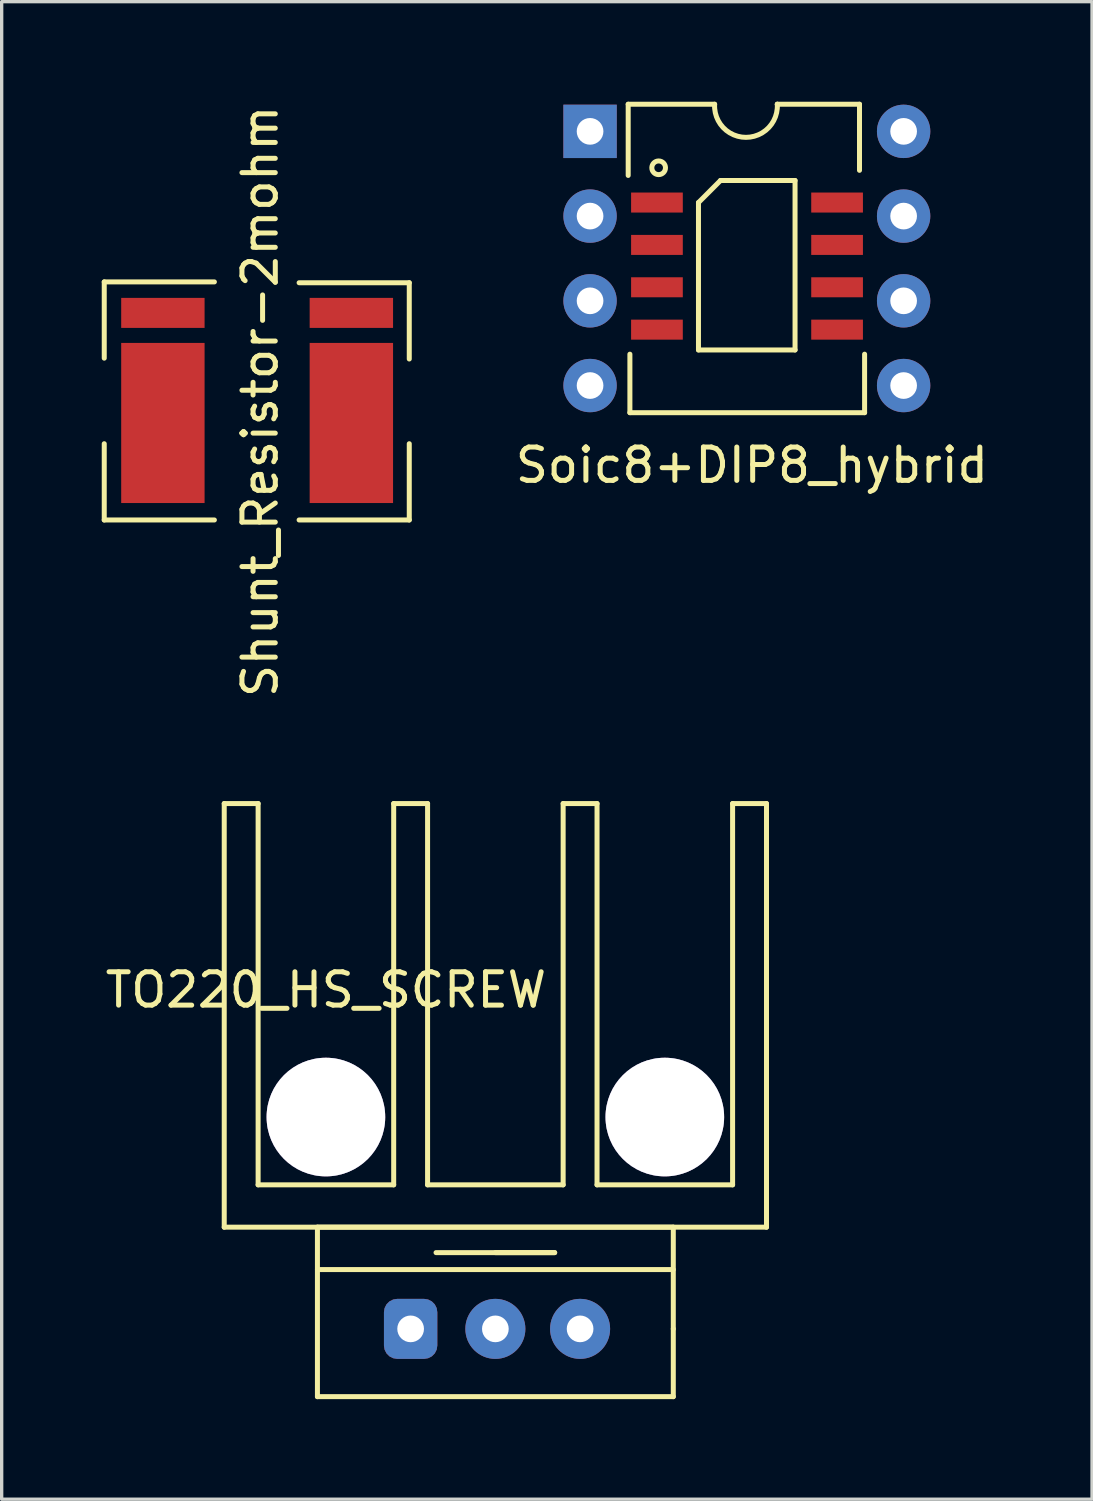
<source format=kicad_pcb>
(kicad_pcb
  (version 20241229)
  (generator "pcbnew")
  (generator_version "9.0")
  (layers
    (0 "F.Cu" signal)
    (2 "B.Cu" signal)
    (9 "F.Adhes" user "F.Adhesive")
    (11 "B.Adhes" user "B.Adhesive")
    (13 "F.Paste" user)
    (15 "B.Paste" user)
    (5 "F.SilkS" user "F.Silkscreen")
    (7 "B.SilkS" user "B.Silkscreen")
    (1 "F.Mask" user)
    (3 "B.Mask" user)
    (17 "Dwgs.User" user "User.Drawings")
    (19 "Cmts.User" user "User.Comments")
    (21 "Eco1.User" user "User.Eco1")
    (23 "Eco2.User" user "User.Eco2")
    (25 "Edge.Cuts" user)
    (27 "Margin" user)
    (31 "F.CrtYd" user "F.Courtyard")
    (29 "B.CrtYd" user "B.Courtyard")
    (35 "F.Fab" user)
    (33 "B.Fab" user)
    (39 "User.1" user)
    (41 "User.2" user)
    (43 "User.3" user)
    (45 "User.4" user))
  (footprint "TO220_HS_SCREW"
    (layer "F.Cu")
    (at 9.26 36.787)
    (property "Reference" "TO220_HS_SCREW" (at -2.54 -10.16 0) (layer "F.SilkS") (effects (font (size 1 1) (thickness 0.15))))
    (attr through_hole)
    (fp_line (start -5.588 -15.748) (end -5.588 -3.048) (stroke (width 0.15) (type solid)) (layer "F.SilkS"))
    (fp_line (start -5.588 -15.748) (end -4.572 -15.748) (stroke (width 0.15) (type solid)) (layer "F.SilkS"))
    (fp_line (start -4.572 -15.748) (end -4.572 -4.318) (stroke (width 0.15) (type solid)) (layer "F.SilkS"))
    (fp_line (start -4.572 -4.318) (end -0.508 -4.318) (stroke (width 0.15) (type solid)) (layer "F.SilkS"))
    (fp_line (start -2.794 2.032) (end 7.874 2.032) (stroke (width 0.15) (type solid)) (layer "F.SilkS"))
    (fp_line (start -2.794 -3.048) (end -2.794 2.032) (stroke (width 0.15) (type solid)) (layer "F.SilkS"))
    (fp_line (start -0.508 -15.748) (end 0.508 -15.748) (stroke (width 0.15) (type solid)) (layer "F.SilkS"))
    (fp_line (start -0.508 -4.318) (end -0.508 -15.748) (stroke (width 0.15) (type solid)) (layer "F.SilkS"))
    (fp_line (start 0.508 -15.748) (end 0.508 -4.318) (stroke (width 0.15) (type solid)) (layer "F.SilkS"))
    (fp_line (start 0.508 -4.318) (end 4.572 -4.318) (stroke (width 0.15) (type solid)) (layer "F.SilkS"))
    (fp_line (start 2.54 -2.286) (end 4.318 -2.286) (stroke (width 0.15) (type solid)) (layer "F.SilkS"))
    (fp_line (start 4.318 -2.286) (end 0.762 -2.286) (stroke (width 0.15) (type solid)) (layer "F.SilkS"))
    (fp_line (start 4.572 -15.748) (end 4.572 -4.318) (stroke (width 0.15) (type solid)) (layer "F.SilkS"))
    (fp_line (start 5.588 -15.748) (end 4.572 -15.748) (stroke (width 0.15) (type solid)) (layer "F.SilkS"))
    (fp_line (start 5.588 -4.318) (end 5.588 -15.748) (stroke (width 0.15) (type solid)) (layer "F.SilkS"))
    (fp_line (start 5.588 -4.318) (end 9.652 -4.318) (stroke (width 0.15) (type solid)) (layer "F.SilkS"))
    (fp_line (start 7.874 -3.048) (end -2.794 -3.048) (stroke (width 0.15) (type solid)) (layer "F.SilkS"))
    (fp_line (start 7.874 -1.778) (end -2.794 -1.778) (stroke (width 0.15) (type solid)) (layer "F.SilkS"))
    (fp_line (start 7.874 0) (end 7.874 -3.048) (stroke (width 0.15) (type solid)) (layer "F.SilkS"))
    (fp_line (start 7.874 2.032) (end 7.874 0) (stroke (width 0.15) (type solid)) (layer "F.SilkS"))
    (fp_line (start 9.652 -15.748) (end 9.652 -4.318) (stroke (width 0.15) (type solid)) (layer "F.SilkS"))
    (fp_line (start 10.668 -3.048) (end -5.588 -3.048) (stroke (width 0.15) (type solid)) (layer "F.SilkS"))
    (fp_line (start 10.668 -3.048) (end 10.668 -15.748) (stroke (width 0.15) (type solid)) (layer "F.SilkS"))
    (fp_line (start 10.668 -15.748) (end 9.652 -15.748) (stroke (width 0.15) (type solid)) (layer "F.SilkS"))
    (pad "1" thru_hole roundrect (at 0 0) (size 1.6 1.8) (drill 0.8) (layers "*.Cu" "*.Mask") (roundrect_rratio 0.25))
    (pad "2" thru_hole circle (at -2.54 -6.35) (size 3.556 3.556) (drill 3.556) (layers "*.Cu" "*.Mask"))
    (pad "2" thru_hole circle (at 2.54 0) (size 1.8 1.8) (drill 0.8) (layers "*.Cu" "*.Mask"))
    (pad "2" thru_hole circle (at 7.62 -6.35) (size 3.556 3.556) (drill 3.556) (layers "*.Cu" "*.Mask"))
    (pad "3" thru_hole circle (at 5.08 0) (size 1.8 1.8) (drill 0.8) (layers "*.Cu" "*.Mask")))
  (footprint "Soic8+DIP8_hybrid"
    (layer "F.Cu")
    (at 14.639 8.508)
    (property "Reference" "Soic8+DIP8_hybrid" (at 4.851 2.388 0) (layer "F.SilkS") (effects (font (size 1 1) (thickness 0.15))))
    (attr through_hole)
    (fp_line (start 1.143 -8.433) (end 1.143 -6.299) (stroke (width 0.15) (type solid)) (layer "F.SilkS"))
    (fp_line (start 1.143 -8.433) (end 3.734 -8.433) (stroke (width 0.15) (type solid)) (layer "F.SilkS"))
    (fp_line (start 1.194 -0.94) (end 1.194 0.813) (stroke (width 0.15) (type solid)) (layer "F.SilkS"))
    (fp_line (start 1.194 0.813) (end 8.23 0.813) (stroke (width 0.15) (type solid)) (layer "F.SilkS"))
    (fp_line (start 3.25 -5.486) (end 3.25 -1.067) (stroke (width 0.15) (type solid)) (layer "F.SilkS"))
    (fp_line (start 3.25 -1.067) (end 6.145 -1.067) (stroke (width 0.15) (type solid)) (layer "F.SilkS"))
    (fp_line (start 3.91 -6.147) (end 3.25 -5.486) (stroke (width 0.15) (type solid)) (layer "F.SilkS"))
    (fp_line (start 5.613 -8.433) (end 8.077 -8.433) (stroke (width 0.15) (type solid)) (layer "F.SilkS"))
    (fp_line (start 5.613 -8.433) (end 5.613 -8.433) (stroke (width 0.15) (type solid)) (layer "F.SilkS"))
    (fp_line (start 6.145 -6.147) (end 3.91 -6.147) (stroke (width 0.15) (type solid)) (layer "F.SilkS"))
    (fp_line (start 6.145 -1.067) (end 6.145 -6.147) (stroke (width 0.15) (type solid)) (layer "F.SilkS"))
    (fp_line (start 8.077 -8.433) (end 8.077 -6.452) (stroke (width 0.15) (type solid)) (layer "F.SilkS"))
    (fp_line (start 8.23 0.813) (end 8.23 -0.94) (stroke (width 0.15) (type solid)) (layer "F.SilkS"))
    (fp_arc (start 5.613399 -8.4328) (mid 4.6736 -7.440829) (end 3.733801 -8.432799) (stroke (width 0.15) (type solid)) (layer "F.SilkS"))
    (fp_circle (center 2.056 -6.528) (end 2.157 -6.35) (stroke (width 0.15) (type solid)) (fill no) (layer "F.SilkS"))
    (pad "1" thru_hole rect (at 0 -7.62) (size 1.6 1.6) (drill 0.8) (layers "*.Cu" "*.Mask"))
    (pad "1" smd rect (at 2.005 -5.486) (size 1.55 0.6) (layers "F.Cu" "F.Mask" "F.Paste"))
    (pad "2" thru_hole oval (at 0 -5.08) (size 1.6 1.6) (drill 0.8) (layers "*.Cu" "*.Mask"))
    (pad "2" smd rect (at 2.005 -4.216) (size 1.55 0.6) (layers "F.Cu" "F.Mask" "F.Paste"))
    (pad "3" thru_hole oval (at 0 -2.54) (size 1.6 1.6) (drill 0.8) (layers "*.Cu" "*.Mask"))
    (pad "3" smd rect (at 2.005 -2.946) (size 1.55 0.6) (layers "F.Cu" "F.Mask" "F.Paste"))
    (pad "4" thru_hole oval (at 0 0) (size 1.6 1.6) (drill 0.8) (layers "*.Cu" "*.Mask"))
    (pad "4" smd rect (at 2.005 -1.676) (size 1.55 0.6) (layers "F.Cu" "F.Mask" "F.Paste"))
    (pad "5" smd rect (at 7.405 -1.676) (size 1.55 0.6) (layers "F.Cu" "F.Mask" "F.Paste"))
    (pad "5" thru_hole oval (at 9.4 0) (size 1.6 1.6) (drill 0.8) (layers "*.Cu" "*.Mask"))
    (pad "6" smd rect (at 7.405 -2.946) (size 1.55 0.6) (layers "F.Cu" "F.Mask" "F.Paste"))
    (pad "6" thru_hole oval (at 9.4 -2.54) (size 1.6 1.6) (drill 0.8) (layers "*.Cu" "*.Mask"))
    (pad "7" smd rect (at 7.405 -4.216) (size 1.55 0.6) (layers "F.Cu" "F.Mask" "F.Paste"))
    (pad "7" thru_hole oval (at 9.4 -5.08) (size 1.6 1.6) (drill 0.8) (layers "*.Cu" "*.Mask"))
    (pad "8" smd rect (at 7.405 -5.486) (size 1.55 0.6) (layers "F.Cu" "F.Mask" "F.Paste"))
    (pad "8" thru_hole oval (at 9.4 -7.62) (size 1.6 1.6) (drill 0.8) (layers "*.Cu" "*.Mask")))
  (footprint "Shunt_Resistor-2mohm"
    (layer "F.Cu")
    (at 4.672 9.033)
    (property "Reference" "Shunt_Resistor-2mohm" (at 0.076 -0.051 90) (layer "F.SilkS") (effects (font (size 1 1) (thickness 0.15))))
    (attr through_hole)
    (fp_line (start -4.597 -3.632) (end -4.597 -1.346) (stroke (width 0.15) (type solid)) (layer "F.SilkS"))
    (fp_line (start -4.597 -3.632) (end -1.295 -3.632) (stroke (width 0.15) (type solid)) (layer "F.SilkS"))
    (fp_line (start -4.597 1.219) (end -4.597 3.505) (stroke (width 0.15) (type solid)) (layer "F.SilkS"))
    (fp_line (start -4.597 3.505) (end -1.295 3.505) (stroke (width 0.15) (type solid)) (layer "F.SilkS"))
    (fp_line (start 1.245 -3.607) (end 4.547 -3.607) (stroke (width 0.15) (type solid)) (layer "F.SilkS"))
    (fp_line (start 1.245 3.505) (end 4.547 3.505) (stroke (width 0.15) (type solid)) (layer "F.SilkS"))
    (fp_line (start 4.547 -3.607) (end 4.547 -1.321) (stroke (width 0.15) (type solid)) (layer "F.SilkS"))
    (fp_line (start 4.547 1.219) (end 4.547 3.505) (stroke (width 0.15) (type solid)) (layer "F.SilkS"))
    (pad "1" smd rect (at -2.839 0.597) (size 2.5 4.8) (layers "F.Cu" "F.Mask" "F.Paste"))
    (pad "2" smd rect (at -2.839 -2.703) (size 2.5 0.9) (layers "F.Cu" "F.Mask" "F.Paste"))
    (pad "3" smd rect (at 2.811 -2.703) (size 2.5 0.9) (layers "F.Cu" "F.Mask" "F.Paste"))
    (pad "4" smd rect (at 2.811 0.597) (size 2.5 4.8) (layers "F.Cu" "F.Mask" "F.Paste")))
  (gr_rect
    (start -3 -3)
    (end 29.687 41.894)
    (stroke (width 0.1) (type default))
    (fill no)
    (layer "Edge.Cuts")))
</source>
